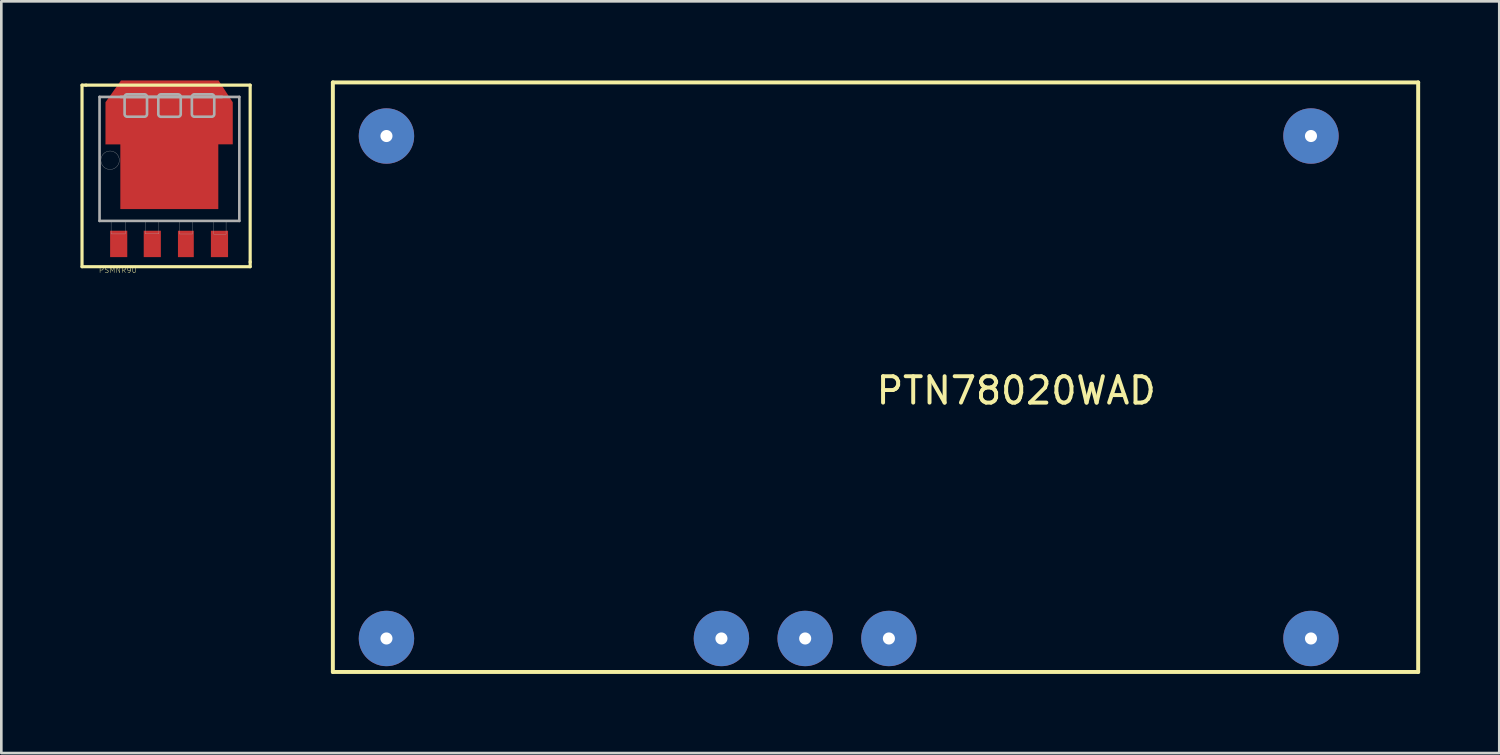
<source format=kicad_pcb>
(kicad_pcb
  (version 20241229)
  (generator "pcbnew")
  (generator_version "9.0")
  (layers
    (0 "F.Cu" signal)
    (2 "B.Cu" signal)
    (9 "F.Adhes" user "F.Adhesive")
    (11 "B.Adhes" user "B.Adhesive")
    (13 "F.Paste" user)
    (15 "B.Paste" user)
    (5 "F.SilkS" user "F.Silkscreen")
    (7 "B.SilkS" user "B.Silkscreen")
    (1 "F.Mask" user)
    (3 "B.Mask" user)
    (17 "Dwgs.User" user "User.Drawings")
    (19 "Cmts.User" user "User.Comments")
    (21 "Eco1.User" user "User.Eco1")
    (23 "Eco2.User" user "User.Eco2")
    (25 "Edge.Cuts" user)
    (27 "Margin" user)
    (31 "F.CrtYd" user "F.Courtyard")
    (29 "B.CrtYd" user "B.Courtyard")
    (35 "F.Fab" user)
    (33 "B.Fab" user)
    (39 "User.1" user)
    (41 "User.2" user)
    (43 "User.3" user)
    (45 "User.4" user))
  (footprint "PSMNR90"
    (layer "F.Cu")
    (at 3.514 2.845)
    (property "Reference" "PSMNR90" (at -2.1 4.347 0) (layer "F.SilkS") (effects (font (size 0.204 0.204) (thickness 0.015))))
    (attr through_hole)
    (fp_poly (pts (xy -2.565 -0.419) (xy 2.261 -0.422) (xy 2.261 -2.017) (xy 1.723 -2.845) (xy -1.977 -2.845) (xy -2.565 -2.019)) (stroke (width 0) (type solid)) (fill yes) (layer "F.Cu"))
    (fp_poly (pts (xy -1.74 -2.42) (xy -1.99 -2.37) (xy -1.99 2.03) (xy 1.71 2.03) (xy 1.71 -2.37) (xy 1.46 -2.42)) (stroke (width 0) (type solid)) (fill yes) (layer "F.Cu"))
    (fp_line (start -3.454 -2.667) (end -3.302 -2.667) (stroke (width 0.12) (type solid)) (layer "F.SilkS"))
    (fp_line (start -3.454 4.216) (end -3.454 -2.667) (stroke (width 0.12) (type solid)) (layer "F.SilkS"))
    (fp_line (start -3.302 -2.667) (end 2.921 -2.667) (stroke (width 0.12) (type solid)) (layer "F.SilkS"))
    (fp_line (start 2.921 -2.667) (end 2.921 4.039) (stroke (width 0.12) (type solid)) (layer "F.SilkS"))
    (fp_line (start 2.921 4.039) (end 2.921 4.216) (stroke (width 0.12) (type solid)) (layer "F.SilkS"))
    (fp_line (start 2.921 4.216) (end -3.454 4.216) (stroke (width 0.12) (type solid)) (layer "F.SilkS"))
    (fp_line (start -2.79 -2.22) (end -2.79 2.48) (stroke (width 0.1) (type solid)) (layer "F.Fab"))
    (fp_line (start -2.79 2.48) (end 2.51 2.48) (stroke (width 0.1) (type solid)) (layer "F.Fab"))
    (fp_line (start -1.99 -2.22) (end 1.86 -2.22) (stroke (width 0.1) (type solid)) (layer "F.Fab"))
    (fp_line (start 2.51 -2.22) (end -2.79 -2.22) (stroke (width 0.1) (type solid)) (layer "F.Fab"))
    (fp_line (start 2.51 2.48) (end 2.51 -2.22) (stroke (width 0.1) (type solid)) (layer "F.Fab"))
    (fp_circle (center -2.39 0.18) (end -2.04 0.18) (stroke (width 0.01) (type solid)) (fill no) (layer "F.Fab"))
    (fp_poly (pts (xy -2.352 2.476) (xy -1.814 2.476) (xy -1.814 2.974) (xy -2.352 2.974)) (stroke (width 0.01) (type solid)) (fill no) (layer "F.Fab"))
    (fp_poly (pts (xy -1.057 2.475) (xy -0.54 2.475) (xy -0.54 2.973) (xy -1.057 2.973)) (stroke (width 0.01) (type solid)) (fill no) (layer "F.Fab"))
    (fp_poly (pts (xy 0.237 2.477) (xy 0.733 2.477) (xy 0.733 2.978) (xy 0.237 2.978)) (stroke (width 0.01) (type solid)) (fill no) (layer "F.Fab"))
    (fp_poly (pts (xy 1.535 2.476) (xy 2.007 2.476) (xy 2.007 2.981) (xy 1.535 2.981)) (stroke (width 0.01) (type solid)) (fill no) (layer "F.Fab"))
    (fp_poly (pts (xy -1.84 -1.57) (xy -1.84 -1.565) (xy -1.839 -1.56) (xy -1.839 -1.554) (xy -1.838 -1.549) (xy -1.837 -1.544) (xy -1.835 -1.539) (xy -1.833 -1.534) (xy -1.831 -1.529) (xy -1.829 -1.525) (xy -1.827 -1.52) (xy -1.824 -1.516) (xy -1.821 -1.511) (xy -1.818 -1.507) (xy -1.814 -1.503) (xy -1.811 -1.499) (xy -1.807 -1.496) (xy -1.803 -1.492) (xy -1.799 -1.489) (xy -1.794 -1.486) (xy -1.79 -1.483) (xy -1.785 -1.481) (xy -1.781 -1.479) (xy -1.776 -1.477) (xy -1.771 -1.475) (xy -1.766 -1.473) (xy -1.761 -1.472) (xy -1.756 -1.471) (xy -1.75 -1.471) (xy -1.745 -1.47) (xy -1.74 -1.47) (xy -1.09 -1.47) (xy -1.085 -1.47) (xy -1.08 -1.471) (xy -1.074 -1.471) (xy -1.069 -1.472) (xy -1.064 -1.473) (xy -1.059 -1.475) (xy -1.054 -1.477) (xy -1.049 -1.479) (xy -1.045 -1.481) (xy -1.04 -1.483) (xy -1.036 -1.486) (xy -1.031 -1.489) (xy -1.027 -1.492) (xy -1.023 -1.496) (xy -1.019 -1.499) (xy -1.016 -1.503) (xy -1.012 -1.507) (xy -1.009 -1.511) (xy -1.006 -1.516) (xy -1.003 -1.52) (xy -1.001 -1.525) (xy -0.999 -1.529) (xy -0.997 -1.534) (xy -0.995 -1.539) (xy -0.993 -1.544) (xy -0.992 -1.549) (xy -0.991 -1.554) (xy -0.991 -1.56) (xy -0.99 -1.565) (xy -0.99 -1.57) (xy -0.99 -2.22) (xy -0.99 -2.225) (xy -0.991 -2.23) (xy -0.991 -2.236) (xy -0.992 -2.241) (xy -0.993 -2.246) (xy -0.995 -2.251) (xy -0.997 -2.256) (xy -0.999 -2.261) (xy -1.001 -2.265) (xy -1.003 -2.27) (xy -1.006 -2.274) (xy -1.009 -2.279) (xy -1.012 -2.283) (xy -1.016 -2.287) (xy -1.019 -2.291) (xy -1.023 -2.294) (xy -1.027 -2.298) (xy -1.031 -2.301) (xy -1.036 -2.304) (xy -1.04 -2.307) (xy -1.045 -2.309) (xy -1.049 -2.311) (xy -1.054 -2.313) (xy -1.059 -2.315) (xy -1.064 -2.317) (xy -1.069 -2.318) (xy -1.074 -2.319) (xy -1.08 -2.319) (xy -1.085 -2.32) (xy -1.09 -2.32) (xy -1.74 -2.32) (xy -1.745 -2.32) (xy -1.75 -2.319) (xy -1.756 -2.319) (xy -1.761 -2.318) (xy -1.766 -2.317) (xy -1.771 -2.315) (xy -1.776 -2.313) (xy -1.781 -2.311) (xy -1.785 -2.309) (xy -1.79 -2.307) (xy -1.794 -2.304) (xy -1.799 -2.301) (xy -1.803 -2.298) (xy -1.807 -2.294) (xy -1.811 -2.291) (xy -1.814 -2.287) (xy -1.818 -2.283) (xy -1.821 -2.279) (xy -1.824 -2.274) (xy -1.827 -2.27) (xy -1.829 -2.265) (xy -1.831 -2.261) (xy -1.833 -2.256) (xy -1.835 -2.251) (xy -1.837 -2.246) (xy -1.838 -2.241) (xy -1.839 -2.236) (xy -1.839 -2.23) (xy -1.84 -2.225) (xy -1.84 -2.22) (xy -1.84 -1.57)) (stroke (width 0.1) (type solid)) (fill no) (layer "F.Fab"))
    (fp_poly (pts (xy -0.562 -1.568) (xy -0.561 -1.563) (xy -0.561 -1.558) (xy -0.56 -1.552) (xy -0.559 -1.547) (xy -0.558 -1.542) (xy -0.557 -1.537) (xy -0.555 -1.532) (xy -0.553 -1.527) (xy -0.551 -1.523) (xy -0.548 -1.518) (xy -0.545 -1.514) (xy -0.543 -1.509) (xy -0.539 -1.505) (xy -0.536 -1.501) (xy -0.532 -1.497) (xy -0.529 -1.494) (xy -0.525 -1.49) (xy -0.52 -1.487) (xy -0.516 -1.484) (xy -0.512 -1.481) (xy -0.507 -1.479) (xy -0.502 -1.477) (xy -0.497 -1.475) (xy -0.493 -1.473) (xy -0.487 -1.471) (xy -0.482 -1.47) (xy -0.477 -1.469) (xy -0.472 -1.469) (xy -0.467 -1.468) (xy -0.462 -1.468) (xy 0.188 -1.468) (xy 0.194 -1.468) (xy 0.199 -1.469) (xy 0.204 -1.469) (xy 0.209 -1.47) (xy 0.214 -1.471) (xy 0.219 -1.473) (xy 0.224 -1.475) (xy 0.229 -1.477) (xy 0.234 -1.479) (xy 0.238 -1.481) (xy 0.243 -1.484) (xy 0.247 -1.487) (xy 0.251 -1.49) (xy 0.255 -1.494) (xy 0.259 -1.497) (xy 0.263 -1.501) (xy 0.266 -1.505) (xy 0.269 -1.509) (xy 0.272 -1.514) (xy 0.275 -1.518) (xy 0.278 -1.523) (xy 0.28 -1.527) (xy 0.282 -1.532) (xy 0.284 -1.537) (xy 0.285 -1.542) (xy 0.286 -1.547) (xy 0.287 -1.552) (xy 0.288 -1.558) (xy 0.288 -1.563) (xy 0.288 -1.568) (xy 0.288 -2.218) (xy 0.288 -2.223) (xy 0.288 -2.228) (xy 0.287 -2.234) (xy 0.286 -2.239) (xy 0.285 -2.244) (xy 0.284 -2.249) (xy 0.282 -2.254) (xy 0.28 -2.259) (xy 0.278 -2.263) (xy 0.275 -2.268) (xy 0.272 -2.272) (xy 0.269 -2.277) (xy 0.266 -2.281) (xy 0.263 -2.285) (xy 0.259 -2.289) (xy 0.255 -2.292) (xy 0.251 -2.296) (xy 0.247 -2.299) (xy 0.243 -2.302) (xy 0.238 -2.305) (xy 0.234 -2.307) (xy 0.229 -2.309) (xy 0.224 -2.311) (xy 0.219 -2.313) (xy 0.214 -2.315) (xy 0.209 -2.316) (xy 0.204 -2.317) (xy 0.199 -2.317) (xy 0.194 -2.318) (xy 0.188 -2.318) (xy -0.462 -2.318) (xy -0.467 -2.318) (xy -0.472 -2.317) (xy -0.477 -2.317) (xy -0.482 -2.316) (xy -0.487 -2.315) (xy -0.493 -2.313) (xy -0.497 -2.311) (xy -0.502 -2.309) (xy -0.507 -2.307) (xy -0.512 -2.305) (xy -0.516 -2.302) (xy -0.52 -2.299) (xy -0.525 -2.296) (xy -0.529 -2.292) (xy -0.532 -2.289) (xy -0.536 -2.285) (xy -0.539 -2.281) (xy -0.543 -2.277) (xy -0.545 -2.272) (xy -0.548 -2.268) (xy -0.551 -2.263) (xy -0.553 -2.259) (xy -0.555 -2.254) (xy -0.557 -2.249) (xy -0.558 -2.244) (xy -0.559 -2.239) (xy -0.56 -2.234) (xy -0.561 -2.228) (xy -0.561 -2.223) (xy -0.562 -2.218) (xy -0.562 -1.568)) (stroke (width 0.1) (type solid)) (fill no) (layer "F.Fab"))
    (fp_poly (pts (xy 0.71 -1.57) (xy 0.71 -1.565) (xy 0.711 -1.56) (xy 0.711 -1.554) (xy 0.712 -1.549) (xy 0.713 -1.544) (xy 0.715 -1.539) (xy 0.717 -1.534) (xy 0.719 -1.529) (xy 0.721 -1.525) (xy 0.723 -1.52) (xy 0.726 -1.516) (xy 0.729 -1.511) (xy 0.732 -1.507) (xy 0.736 -1.503) (xy 0.739 -1.499) (xy 0.743 -1.496) (xy 0.747 -1.492) (xy 0.751 -1.489) (xy 0.756 -1.486) (xy 0.76 -1.483) (xy 0.765 -1.481) (xy 0.769 -1.479) (xy 0.774 -1.477) (xy 0.779 -1.475) (xy 0.784 -1.473) (xy 0.789 -1.472) (xy 0.794 -1.471) (xy 0.8 -1.471) (xy 0.805 -1.47) (xy 0.81 -1.47) (xy 1.46 -1.47) (xy 1.465 -1.47) (xy 1.47 -1.471) (xy 1.476 -1.471) (xy 1.481 -1.472) (xy 1.486 -1.473) (xy 1.491 -1.475) (xy 1.496 -1.477) (xy 1.501 -1.479) (xy 1.505 -1.481) (xy 1.51 -1.483) (xy 1.514 -1.486) (xy 1.519 -1.489) (xy 1.523 -1.492) (xy 1.527 -1.496) (xy 1.531 -1.499) (xy 1.534 -1.503) (xy 1.538 -1.507) (xy 1.541 -1.511) (xy 1.544 -1.516) (xy 1.547 -1.52) (xy 1.549 -1.525) (xy 1.551 -1.529) (xy 1.553 -1.534) (xy 1.555 -1.539) (xy 1.557 -1.544) (xy 1.558 -1.549) (xy 1.559 -1.554) (xy 1.559 -1.56) (xy 1.56 -1.565) (xy 1.56 -1.57) (xy 1.56 -2.22) (xy 1.56 -2.225) (xy 1.559 -2.23) (xy 1.559 -2.236) (xy 1.558 -2.241) (xy 1.557 -2.246) (xy 1.555 -2.251) (xy 1.553 -2.256) (xy 1.551 -2.261) (xy 1.549 -2.265) (xy 1.547 -2.27) (xy 1.544 -2.274) (xy 1.541 -2.279) (xy 1.538 -2.283) (xy 1.534 -2.287) (xy 1.531 -2.291) (xy 1.527 -2.294) (xy 1.523 -2.298) (xy 1.519 -2.301) (xy 1.514 -2.304) (xy 1.51 -2.307) (xy 1.505 -2.309) (xy 1.501 -2.311) (xy 1.496 -2.313) (xy 1.491 -2.315) (xy 1.486 -2.317) (xy 1.481 -2.318) (xy 1.476 -2.319) (xy 1.47 -2.319) (xy 1.465 -2.32) (xy 1.46 -2.32) (xy 0.81 -2.32) (xy 0.805 -2.32) (xy 0.8 -2.319) (xy 0.794 -2.319) (xy 0.789 -2.318) (xy 0.784 -2.317) (xy 0.779 -2.315) (xy 0.774 -2.313) (xy 0.769 -2.311) (xy 0.765 -2.309) (xy 0.76 -2.307) (xy 0.756 -2.304) (xy 0.751 -2.301) (xy 0.747 -2.298) (xy 0.743 -2.294) (xy 0.739 -2.291) (xy 0.736 -2.287) (xy 0.732 -2.283) (xy 0.729 -2.279) (xy 0.726 -2.274) (xy 0.723 -2.27) (xy 0.721 -2.265) (xy 0.719 -2.261) (xy 0.717 -2.256) (xy 0.715 -2.251) (xy 0.713 -2.246) (xy 0.712 -2.241) (xy 0.711 -2.236) (xy 0.711 -2.23) (xy 0.71 -2.225) (xy 0.71 -2.22) (xy 0.71 -1.57)) (stroke (width 0.1) (type solid)) (fill no) (layer "F.Fab"))
    (pad "1" smd rect (at -2.064 3.353) (size 0.65 1) (layers "F.Cu" "F.Mask" "F.Paste"))
    (pad "2" smd rect (at -0.79 3.353) (size 0.65 1) (layers "F.Cu" "F.Mask" "F.Paste"))
    (pad "3" smd rect (at 0.483 3.354) (size 0.6 1) (layers "F.Cu" "F.Mask" "F.Paste"))
    (pad "4" smd rect (at 1.757 3.354) (size 0.65 1) (layers "F.Cu" "F.Mask" "F.Paste"))
    (pad "MB" smd rect (at -0.145 -0.193) (size 3.7 4.45) (layers "F.Cu" "F.Mask" "F.Paste")))
  (footprint "PTN78020WAD"
    (layer "F.Cu")
    (at 30.398 9.727)
    (property "Reference" "PTN78020WAD" (at 5.08 2.032 0) (layer "F.SilkS") (effects (font (size 1 1) (thickness 0.15))))
    (attr through_hole)
    (fp_line (start -20.828 -9.652) (end -20.828 12.7) (stroke (width 0.15) (type solid)) (layer "F.SilkS"))
    (fp_line (start -20.828 12.7) (end 20.32 12.7) (stroke (width 0.15) (type solid)) (layer "F.SilkS"))
    (fp_line (start 20.32 -9.652) (end -20.828 -9.652) (stroke (width 0.15) (type solid)) (layer "F.SilkS"))
    (fp_line (start 20.32 12.7) (end 20.32 -9.652) (stroke (width 0.15) (type solid)) (layer "F.SilkS"))
    (pad "1" thru_hole circle (at -18.796 -7.62) (size 2.1 2.1) (drill 0.458) (layers "*.Cu" "*.Mask"))
    (pad "2" thru_hole circle (at -18.796 11.43) (size 2.1 2.1) (drill 0.458) (layers "*.Cu" "*.Mask"))
    (pad "3" thru_hole circle (at -6.096 11.43) (size 2.1 2.1) (drill 0.458) (layers "*.Cu" "*.Mask"))
    (pad "4" thru_hole circle (at -2.921 11.43) (size 2.1 2.1) (drill 0.458) (layers "*.Cu" "*.Mask"))
    (pad "5" thru_hole circle (at 0.254 11.43) (size 2.1 2.1) (drill 0.458) (layers "*.Cu" "*.Mask"))
    (pad "6" thru_hole circle (at 16.256 11.43) (size 2.1 2.1) (drill 0.458) (layers "*.Cu" "*.Mask"))
    (pad "7" thru_hole circle (at 16.256 -7.62) (size 2.1 2.1) (drill 0.458) (layers "*.Cu" "*.Mask")))
  (gr_rect
    (start -3 -3)
    (end 53.793 25.502)
    (stroke (width 0.1) (type default))
    (fill no)
    (layer "Edge.Cuts")))
</source>
